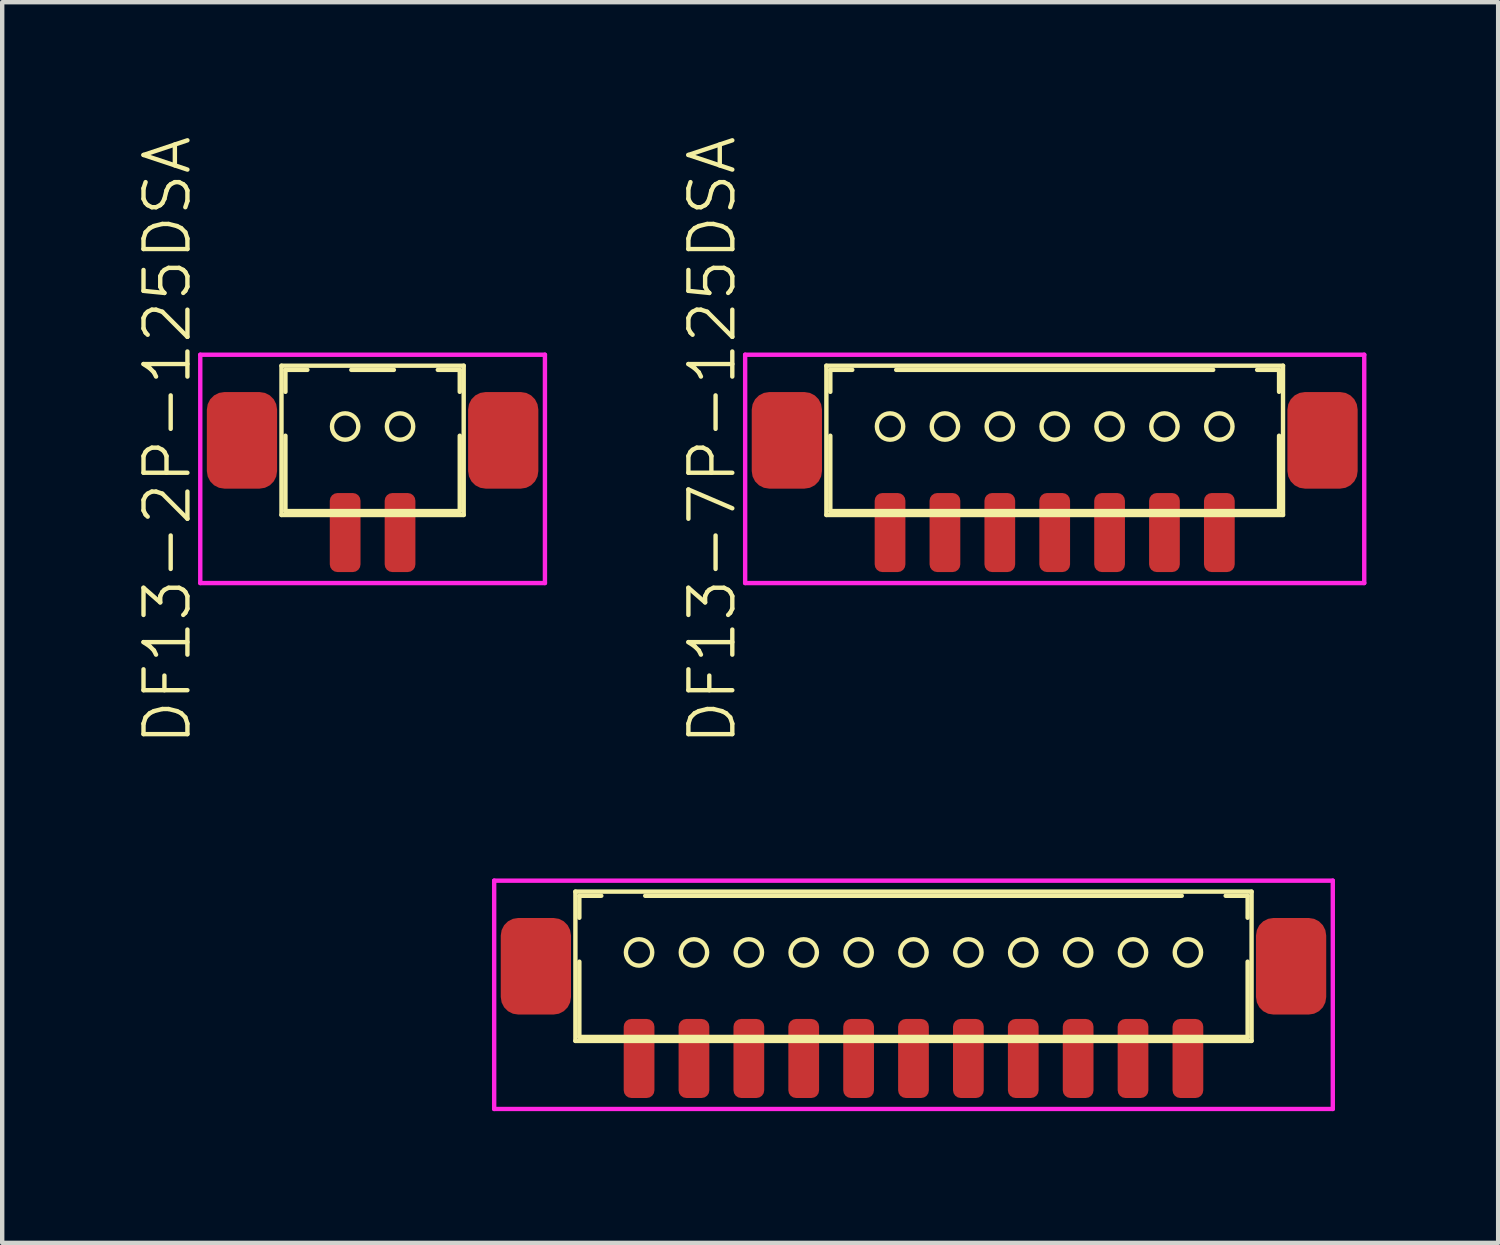
<source format=kicad_pcb>
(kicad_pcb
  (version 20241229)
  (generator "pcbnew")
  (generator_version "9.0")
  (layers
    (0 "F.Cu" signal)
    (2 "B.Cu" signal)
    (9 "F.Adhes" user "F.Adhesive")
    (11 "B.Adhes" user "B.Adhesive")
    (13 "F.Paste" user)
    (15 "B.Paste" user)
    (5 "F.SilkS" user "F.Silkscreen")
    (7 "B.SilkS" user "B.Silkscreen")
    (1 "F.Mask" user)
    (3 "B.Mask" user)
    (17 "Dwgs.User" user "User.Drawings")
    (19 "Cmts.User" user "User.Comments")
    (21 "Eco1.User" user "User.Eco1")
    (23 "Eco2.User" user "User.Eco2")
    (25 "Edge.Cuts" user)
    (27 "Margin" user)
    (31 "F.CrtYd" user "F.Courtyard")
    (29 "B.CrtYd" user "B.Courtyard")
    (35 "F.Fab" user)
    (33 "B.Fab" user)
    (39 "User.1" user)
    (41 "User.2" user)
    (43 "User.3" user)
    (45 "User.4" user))
  (footprint "DF13-7P-125DSA"
    (layer "F.Cu")
    (at 20.971 9.079)
    (property "Reference" "DF13-7P-125DSA" (at -7.8 -2.1 90) (layer "F.SilkS") (effects (font (size 1 1) (thickness 0.1))))
    (attr through_hole)
    (fp_line (start -5.2 -3.8) (end -5.2 -0.4) (stroke (width 0.1) (type solid)) (layer "F.SilkS"))
    (fp_line (start -5.2 -3.8) (end 5.2 -3.8) (stroke (width 0.1) (type solid)) (layer "F.SilkS"))
    (fp_line (start -5.2 -0.4) (end 5.2 -0.4) (stroke (width 0.1) (type solid)) (layer "F.SilkS"))
    (fp_line (start -5.11 -3.705) (end -5.11 -3.205) (stroke (width 0.1) (type solid)) (layer "F.SilkS"))
    (fp_line (start -5.11 -3.705) (end -4.61 -3.705) (stroke (width 0.1) (type solid)) (layer "F.SilkS"))
    (fp_line (start -5.11 -2.205) (end -5.11 -0.49) (stroke (width 0.1) (type solid)) (layer "F.SilkS"))
    (fp_line (start -5.11 -0.49) (end 5.11 -0.49) (stroke (width 0.1) (type solid)) (layer "F.SilkS"))
    (fp_line (start -3.61 -3.705) (end 3.61 -3.705) (stroke (width 0.1) (type solid)) (layer "F.SilkS"))
    (fp_line (start 4.61 -3.705) (end 5.11 -3.705) (stroke (width 0.1) (type solid)) (layer "F.SilkS"))
    (fp_line (start 5.11 -3.705) (end 5.11 -3.205) (stroke (width 0.1) (type solid)) (layer "F.SilkS"))
    (fp_line (start 5.11 -2.205) (end 5.11 -0.49) (stroke (width 0.1) (type solid)) (layer "F.SilkS"))
    (fp_line (start 5.2 -3.8) (end 5.2 -0.4) (stroke (width 0.1) (type solid)) (layer "F.SilkS"))
    (fp_circle (center -3.75 -2.415) (end -3.45 -2.415) (stroke (width 0.1) (type solid)) (fill no) (layer "F.SilkS"))
    (fp_circle (center -2.5 -2.415) (end -2.2 -2.415) (stroke (width 0.1) (type solid)) (fill no) (layer "F.SilkS"))
    (fp_circle (center -1.25 -2.415) (end -0.95 -2.415) (stroke (width 0.1) (type solid)) (fill no) (layer "F.SilkS"))
    (fp_circle (center 0 -2.415) (end 0.3 -2.415) (stroke (width 0.1) (type solid)) (fill no) (layer "F.SilkS"))
    (fp_circle (center 1.25 -2.415) (end 1.55 -2.415) (stroke (width 0.1) (type solid)) (fill no) (layer "F.SilkS"))
    (fp_circle (center 2.5 -2.415) (end 2.8 -2.415) (stroke (width 0.1) (type solid)) (fill no) (layer "F.SilkS"))
    (fp_circle (center 3.75 -2.415) (end 4.05 -2.415) (stroke (width 0.1) (type solid)) (fill no) (layer "F.SilkS"))
    (fp_line (start -7.05 -4.05) (end -7.05 1.15) (stroke (width 0.1) (type solid)) (layer "F.CrtYd"))
    (fp_line (start -7.05 1.15) (end 7.05 1.15) (stroke (width 0.1) (type solid)) (layer "F.CrtYd"))
    (fp_line (start 7.05 -4.05) (end -7.05 -4.05) (stroke (width 0.1) (type solid)) (layer "F.CrtYd"))
    (fp_line (start 7.05 1.15) (end 7.05 -4.05) (stroke (width 0.1) (type solid)) (layer "F.CrtYd"))
    (pad "1" smd roundrect (at -3.75 0) (size 0.7 1.8) (layers "F.Cu" "F.Mask" "F.Paste") (roundrect_rratio 0.25))
    (pad "2" smd roundrect (at -2.5 0) (size 0.7 1.8) (layers "F.Cu" "F.Mask" "F.Paste") (roundrect_rratio 0.25))
    (pad "3" smd roundrect (at -1.25 0) (size 0.7 1.8) (layers "F.Cu" "F.Mask" "F.Paste") (roundrect_rratio 0.25))
    (pad "4" smd roundrect (at 0 0) (size 0.7 1.8) (layers "F.Cu" "F.Mask" "F.Paste") (roundrect_rratio 0.25))
    (pad "5" smd roundrect (at 1.25 0) (size 0.7 1.8) (layers "F.Cu" "F.Mask" "F.Paste") (roundrect_rratio 0.25))
    (pad "6" smd roundrect (at 2.5 0) (size 0.7 1.8) (layers "F.Cu" "F.Mask" "F.Paste") (roundrect_rratio 0.25))
    (pad "7" smd roundrect (at 3.75 0) (size 0.7 1.8) (layers "F.Cu" "F.Mask" "F.Paste") (roundrect_rratio 0.25))
    (pad "S" smd roundrect (at -6.1 -2.1) (size 1.6 2.2) (layers "F.Cu" "F.Mask" "F.Paste") (roundrect_rratio 0.25))
    (pad "S" smd roundrect (at 6.1 -2.1) (size 1.6 2.2) (layers "F.Cu" "F.Mask" "F.Paste") (roundrect_rratio 0.25)))
  (footprint "DF13-11P-125DSA"
    (layer "F.Cu")
    (at 17.755 21.057)
    (property "Reference" "DF13-11P-125DSA" (at -10.3 -2.1 0) (layer "User.1") (effects (font (size 1 1) (thickness 0.1))))
    (attr through_hole)
    (fp_line (start -7.7 -3.8) (end -7.7 -0.4) (stroke (width 0.1) (type solid)) (layer "F.SilkS"))
    (fp_line (start -7.7 -3.8) (end 7.7 -3.8) (stroke (width 0.1) (type solid)) (layer "F.SilkS"))
    (fp_line (start -7.7 -0.4) (end 7.7 -0.4) (stroke (width 0.1) (type solid)) (layer "F.SilkS"))
    (fp_line (start -7.61 -3.705) (end -7.61 -3.205) (stroke (width 0.1) (type solid)) (layer "F.SilkS"))
    (fp_line (start -7.61 -3.705) (end -7.11 -3.705) (stroke (width 0.1) (type solid)) (layer "F.SilkS"))
    (fp_line (start -7.61 -2.205) (end -7.61 -0.49) (stroke (width 0.1) (type solid)) (layer "F.SilkS"))
    (fp_line (start -7.61 -0.49) (end 7.61 -0.49) (stroke (width 0.1) (type solid)) (layer "F.SilkS"))
    (fp_line (start -6.11 -3.705) (end 6.11 -3.705) (stroke (width 0.1) (type solid)) (layer "F.SilkS"))
    (fp_line (start 7.11 -3.705) (end 7.61 -3.705) (stroke (width 0.1) (type solid)) (layer "F.SilkS"))
    (fp_line (start 7.61 -3.705) (end 7.61 -3.205) (stroke (width 0.1) (type solid)) (layer "F.SilkS"))
    (fp_line (start 7.61 -2.205) (end 7.61 -0.49) (stroke (width 0.1) (type solid)) (layer "F.SilkS"))
    (fp_line (start 7.7 -3.8) (end 7.7 -0.4) (stroke (width 0.1) (type solid)) (layer "F.SilkS"))
    (fp_circle (center -6.25 -2.415) (end -5.95 -2.415) (stroke (width 0.1) (type solid)) (fill no) (layer "F.SilkS"))
    (fp_circle (center -5 -2.415) (end -4.7 -2.415) (stroke (width 0.1) (type solid)) (fill no) (layer "F.SilkS"))
    (fp_circle (center -3.75 -2.415) (end -3.45 -2.415) (stroke (width 0.1) (type solid)) (fill no) (layer "F.SilkS"))
    (fp_circle (center -2.5 -2.415) (end -2.2 -2.415) (stroke (width 0.1) (type solid)) (fill no) (layer "F.SilkS"))
    (fp_circle (center -1.25 -2.415) (end -0.95 -2.415) (stroke (width 0.1) (type solid)) (fill no) (layer "F.SilkS"))
    (fp_circle (center 0 -2.415) (end 0.3 -2.415) (stroke (width 0.1) (type solid)) (fill no) (layer "F.SilkS"))
    (fp_circle (center 1.25 -2.415) (end 1.55 -2.415) (stroke (width 0.1) (type solid)) (fill no) (layer "F.SilkS"))
    (fp_circle (center 2.5 -2.415) (end 2.8 -2.415) (stroke (width 0.1) (type solid)) (fill no) (layer "F.SilkS"))
    (fp_circle (center 3.75 -2.415) (end 4.05 -2.415) (stroke (width 0.1) (type solid)) (fill no) (layer "F.SilkS"))
    (fp_circle (center 5 -2.415) (end 5.3 -2.415) (stroke (width 0.1) (type solid)) (fill no) (layer "F.SilkS"))
    (fp_circle (center 6.25 -2.415) (end 6.55 -2.415) (stroke (width 0.1) (type solid)) (fill no) (layer "F.SilkS"))
    (fp_line (start -9.55 -4.05) (end -9.55 1.15) (stroke (width 0.1) (type solid)) (layer "F.CrtYd"))
    (fp_line (start -9.55 1.15) (end 9.55 1.15) (stroke (width 0.1) (type solid)) (layer "F.CrtYd"))
    (fp_line (start 9.55 -4.05) (end -9.55 -4.05) (stroke (width 0.1) (type solid)) (layer "F.CrtYd"))
    (fp_line (start 9.55 1.15) (end 9.55 -4.05) (stroke (width 0.1) (type solid)) (layer "F.CrtYd"))
    (pad "1" smd roundrect (at -6.25 0) (size 0.7 1.8) (layers "F.Cu" "F.Mask" "F.Paste") (roundrect_rratio 0.25))
    (pad "2" smd roundrect (at -5 0) (size 0.7 1.8) (layers "F.Cu" "F.Mask" "F.Paste") (roundrect_rratio 0.25))
    (pad "3" smd roundrect (at -3.75 0) (size 0.7 1.8) (layers "F.Cu" "F.Mask" "F.Paste") (roundrect_rratio 0.25))
    (pad "4" smd roundrect (at -2.5 0) (size 0.7 1.8) (layers "F.Cu" "F.Mask" "F.Paste") (roundrect_rratio 0.25))
    (pad "5" smd roundrect (at -1.25 0) (size 0.7 1.8) (layers "F.Cu" "F.Mask" "F.Paste") (roundrect_rratio 0.25))
    (pad "6" smd roundrect (at 0 0) (size 0.7 1.8) (layers "F.Cu" "F.Mask" "F.Paste") (roundrect_rratio 0.25))
    (pad "7" smd roundrect (at 1.25 0) (size 0.7 1.8) (layers "F.Cu" "F.Mask" "F.Paste") (roundrect_rratio 0.25))
    (pad "8" smd roundrect (at 2.5 0) (size 0.7 1.8) (layers "F.Cu" "F.Mask" "F.Paste") (roundrect_rratio 0.25))
    (pad "9" smd roundrect (at 3.75 0) (size 0.7 1.8) (layers "F.Cu" "F.Mask" "F.Paste") (roundrect_rratio 0.25))
    (pad "10" smd roundrect (at 5 0) (size 0.7 1.8) (layers "F.Cu" "F.Mask" "F.Paste") (roundrect_rratio 0.25))
    (pad "11" smd roundrect (at 6.25 0) (size 0.7 1.8) (layers "F.Cu" "F.Mask" "F.Paste") (roundrect_rratio 0.25))
    (pad "S" smd roundrect (at -8.6 -2.1) (size 1.6 2.2) (layers "F.Cu" "F.Mask" "F.Paste") (roundrect_rratio 0.25))
    (pad "S" smd roundrect (at 8.6 -2.1) (size 1.6 2.2) (layers "F.Cu" "F.Mask" "F.Paste") (roundrect_rratio 0.25)))
  (footprint "DF13-2P-125DSA"
    (layer "F.Cu")
    (at 5.436 9.079)
    (property "Reference" "DF13-2P-125DSA" (at -4.675 -2.1 90) (layer "F.SilkS") (effects (font (size 1 1) (thickness 0.1))))
    (attr through_hole)
    (fp_line (start -2.075 -3.8) (end -2.075 -0.4) (stroke (width 0.1) (type solid)) (layer "F.SilkS"))
    (fp_line (start -2.075 -3.8) (end 2.075 -3.8) (stroke (width 0.1) (type solid)) (layer "F.SilkS"))
    (fp_line (start -2.075 -0.4) (end 2.075 -0.4) (stroke (width 0.1) (type solid)) (layer "F.SilkS"))
    (fp_line (start -1.985 -3.705) (end -1.985 -3.205) (stroke (width 0.1) (type solid)) (layer "F.SilkS"))
    (fp_line (start -1.985 -3.705) (end -1.485 -3.705) (stroke (width 0.1) (type solid)) (layer "F.SilkS"))
    (fp_line (start -1.985 -2.205) (end -1.985 -0.49) (stroke (width 0.1) (type solid)) (layer "F.SilkS"))
    (fp_line (start -1.985 -0.49) (end 1.985 -0.49) (stroke (width 0.1) (type solid)) (layer "F.SilkS"))
    (fp_line (start -0.485 -3.705) (end 0.485 -3.705) (stroke (width 0.1) (type solid)) (layer "F.SilkS"))
    (fp_line (start 1.485 -3.705) (end 1.985 -3.705) (stroke (width 0.1) (type solid)) (layer "F.SilkS"))
    (fp_line (start 1.985 -3.705) (end 1.985 -3.205) (stroke (width 0.1) (type solid)) (layer "F.SilkS"))
    (fp_line (start 1.985 -2.205) (end 1.985 -0.49) (stroke (width 0.1) (type solid)) (layer "F.SilkS"))
    (fp_line (start 2.075 -3.8) (end 2.075 -0.4) (stroke (width 0.1) (type solid)) (layer "F.SilkS"))
    (fp_circle (center -0.625 -2.415) (end -0.325 -2.415) (stroke (width 0.1) (type solid)) (fill no) (layer "F.SilkS"))
    (fp_circle (center 0.625 -2.415) (end 0.925 -2.415) (stroke (width 0.1) (type solid)) (fill no) (layer "F.SilkS"))
    (fp_line (start -3.925 -4.05) (end -3.925 1.15) (stroke (width 0.1) (type solid)) (layer "F.CrtYd"))
    (fp_line (start -3.925 1.15) (end 3.925 1.15) (stroke (width 0.1) (type solid)) (layer "F.CrtYd"))
    (fp_line (start 3.925 -4.05) (end -3.925 -4.05) (stroke (width 0.1) (type solid)) (layer "F.CrtYd"))
    (fp_line (start 3.925 1.15) (end 3.925 -4.05) (stroke (width 0.1) (type solid)) (layer "F.CrtYd"))
    (pad "1" smd roundrect (at -0.625 0) (size 0.7 1.8) (layers "F.Cu" "F.Mask" "F.Paste") (roundrect_rratio 0.25))
    (pad "2" smd roundrect (at 0.625 0) (size 0.7 1.8) (layers "F.Cu" "F.Mask" "F.Paste") (roundrect_rratio 0.25))
    (pad "S" smd roundrect (at -2.975 -2.1) (size 1.6 2.2) (layers "F.Cu" "F.Mask" "F.Paste") (roundrect_rratio 0.25))
    (pad "S" smd roundrect (at 2.975 -2.1) (size 1.6 2.2) (layers "F.Cu" "F.Mask" "F.Paste") (roundrect_rratio 0.25)))
  (gr_rect
    (start -3 -3)
    (end 31.071 25.257)
    (stroke (width 0.1) (type default))
    (fill no)
    (layer "Edge.Cuts")))
</source>
